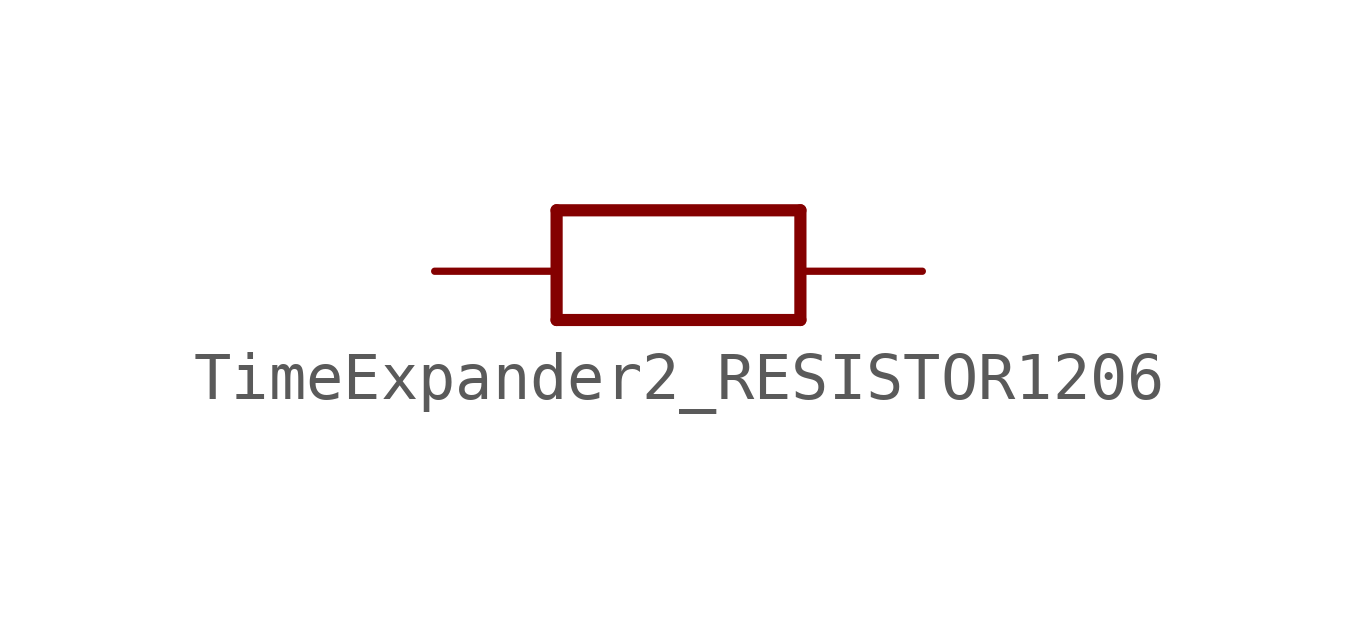
<source format=kicad_sym>
(kicad_symbol_lib
  (version 20231120)
  (generator "kicad_symbol_editor")
  (generator_version "8.0")
  (symbol "TimeExpander2_RESISTOR1206"
    (property "Reference" ""
      (at 4.064 1.905 0)
      (effects (font (size 1.27 1.079)) (justify left bottom) (hide yes)))
    (property "Value" ""
      (at 4.064 -0.381 0)
      (effects (font (size 1.27 1.079)) (justify left bottom)))
    (property "ki_locked" ""
      (at 0 0 0)
      (effects (font (size 1.27 1.27))))
    (symbol "TimeExpander2_RESISTOR1206_1_0"
      (polyline (pts (xy 2.54 -1.016) (xy 7.62 -1.016)) (stroke (width 0.254) (type solid)) (fill (type none)))
      (polyline (pts (xy 2.54 1.27) (xy 2.54 -1.016)) (stroke (width 0.254) (type solid)) (fill (type none)))
      (polyline (pts (xy 7.62 -1.016) (xy 7.62 1.27)) (stroke (width 0.254) (type solid)) (fill (type none)))
      (polyline (pts (xy 7.62 1.27) (xy 2.54 1.27)) (stroke (width 0.254) (type solid)) (fill (type none)))
      (pin bidirectional line (at 0 0 0) (length 2.54) (name "P$1" (effects (font (size 0 0)))) (number "P$1" (effects (font (size 0 0)))))
      (pin bidirectional line (at 10.16 0 180) (length 2.54) (name "P$2" (effects (font (size 0 0)))) (number "P$2" (effects (font (size 0 0))))))))
</source>
